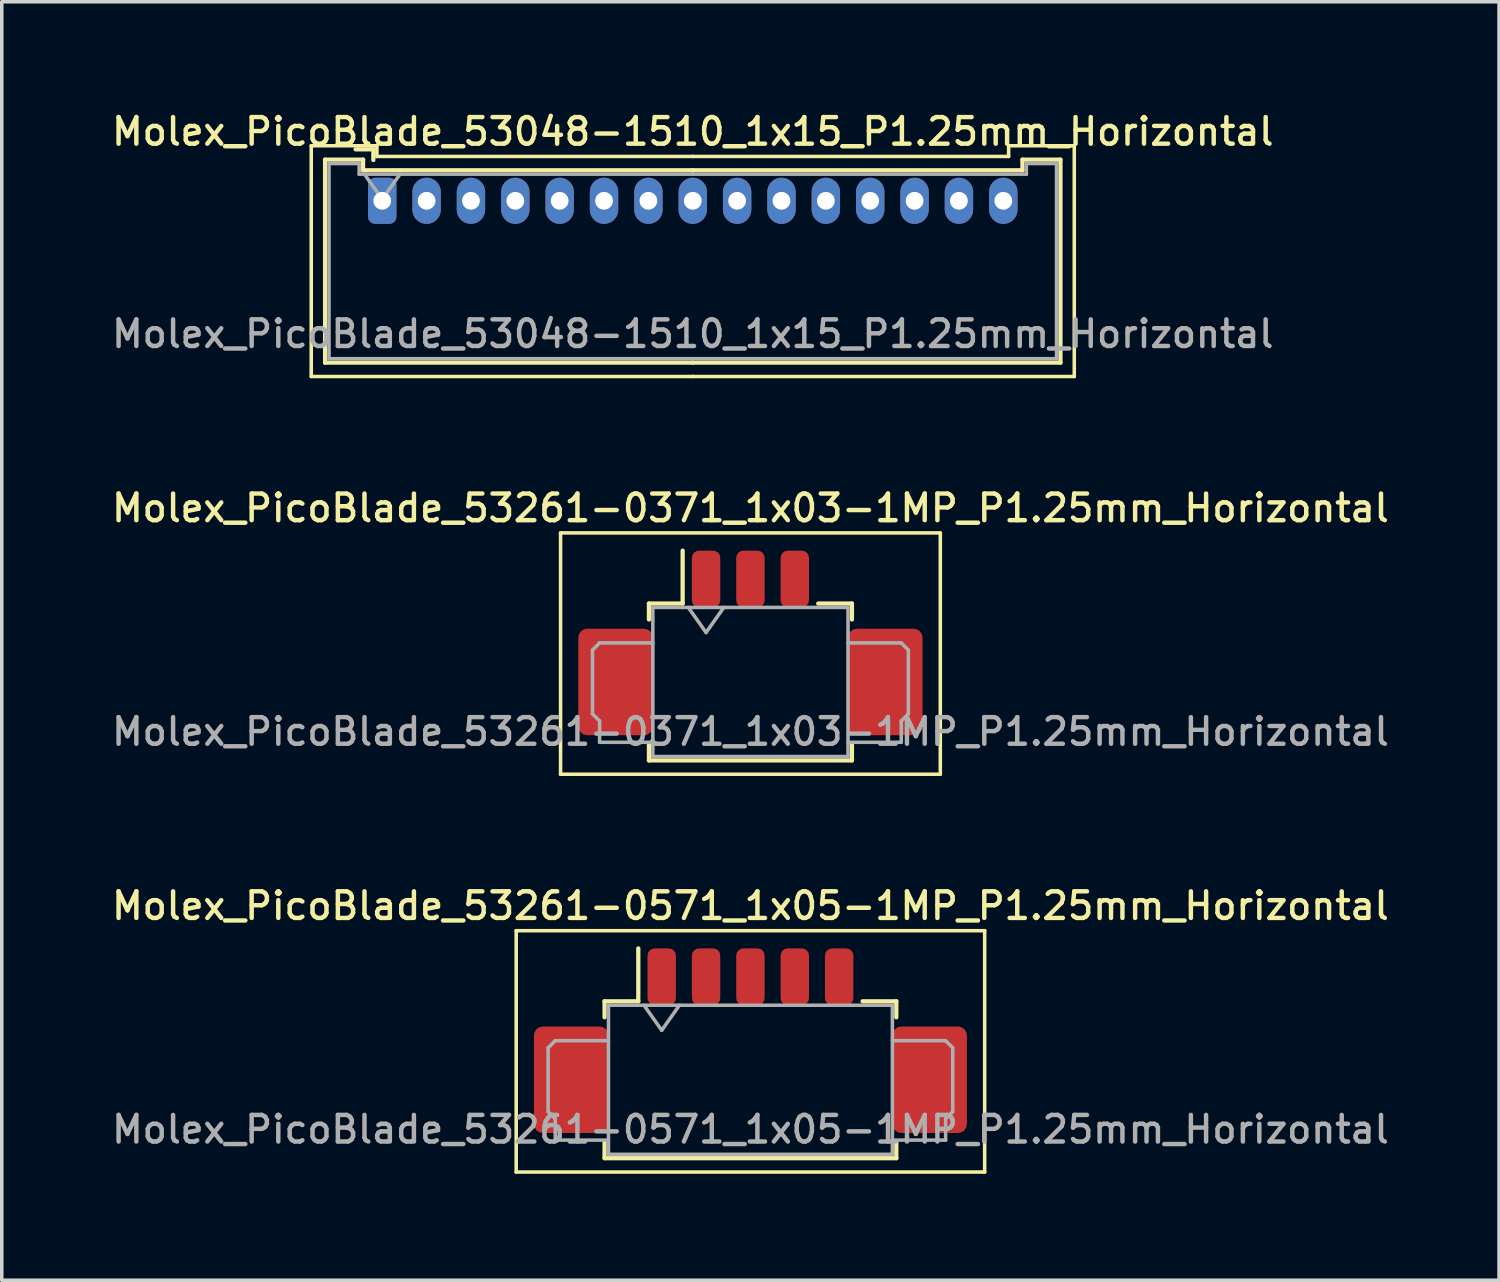
<source format=kicad_pcb>
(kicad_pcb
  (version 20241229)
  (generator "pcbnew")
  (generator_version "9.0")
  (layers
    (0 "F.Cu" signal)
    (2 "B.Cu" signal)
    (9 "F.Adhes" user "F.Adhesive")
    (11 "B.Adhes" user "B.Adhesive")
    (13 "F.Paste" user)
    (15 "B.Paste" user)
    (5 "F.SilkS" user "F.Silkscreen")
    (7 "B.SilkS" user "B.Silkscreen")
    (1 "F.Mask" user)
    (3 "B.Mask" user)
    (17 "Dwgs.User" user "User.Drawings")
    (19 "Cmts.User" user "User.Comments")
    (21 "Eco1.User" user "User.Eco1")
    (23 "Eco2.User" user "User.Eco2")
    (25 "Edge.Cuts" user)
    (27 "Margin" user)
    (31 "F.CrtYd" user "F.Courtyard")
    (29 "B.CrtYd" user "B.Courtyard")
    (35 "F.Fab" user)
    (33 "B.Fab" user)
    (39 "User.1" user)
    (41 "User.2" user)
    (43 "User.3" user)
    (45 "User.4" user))
  (footprint "Molex_PicoBlade_53261-0571_1x05-1MP_P1.25mm_Horizontal"
    (layer "F.Cu")
    (at 18.095 26.874)
    (property "Reference" "Molex_PicoBlade_53261-0571_1x05-1MP_P1.25mm_Horizontal" (at 0 -4.4 0) (layer "F.SilkS") (effects (font (size 0.75 0.75) (thickness 0.125))))
    (attr smd)
    (fp_line (start -6.6 -3.7) (end -6.6 3.1) (stroke (width 0.1) (type solid)) (layer "F.SilkS"))
    (fp_line (start -6.6 3.1) (end 6.6 3.1) (stroke (width 0.1) (type solid)) (layer "F.SilkS"))
    (fp_line (start -4.11 -1.71) (end -3.16 -1.71) (stroke (width 0.12) (type solid)) (layer "F.SilkS"))
    (fp_line (start -4.11 -1.26) (end -4.11 -1.71) (stroke (width 0.12) (type solid)) (layer "F.SilkS"))
    (fp_line (start -4.11 2.26) (end -4.11 2.71) (stroke (width 0.12) (type solid)) (layer "F.SilkS"))
    (fp_line (start -4.11 2.71) (end 4.11 2.71) (stroke (width 0.12) (type solid)) (layer "F.SilkS"))
    (fp_line (start -3.16 -1.71) (end -3.16 -3.2) (stroke (width 0.12) (type solid)) (layer "F.SilkS"))
    (fp_line (start 4.11 -1.71) (end 3.16 -1.71) (stroke (width 0.12) (type solid)) (layer "F.SilkS"))
    (fp_line (start 4.11 -1.26) (end 4.11 -1.71) (stroke (width 0.12) (type solid)) (layer "F.SilkS"))
    (fp_line (start 4.11 2.71) (end 4.11 2.26) (stroke (width 0.12) (type solid)) (layer "F.SilkS"))
    (fp_line (start 6.6 -3.7) (end -6.6 -3.7) (stroke (width 0.1) (type solid)) (layer "F.SilkS"))
    (fp_line (start 6.6 3.1) (end 6.6 -3.7) (stroke (width 0.1) (type solid)) (layer "F.SilkS"))
    (fp_line (start -5.7 -0.4) (end -5.7 1.4) (stroke (width 0.1) (type solid)) (layer "F.Fab"))
    (fp_line (start -5.7 1.4) (end -5.5 1.6) (stroke (width 0.1) (type solid)) (layer "F.Fab"))
    (fp_line (start -5.5 -0.6) (end -5.7 -0.4) (stroke (width 0.1) (type solid)) (layer "F.Fab"))
    (fp_line (start -5.5 1.6) (end -5.5 2.2) (stroke (width 0.1) (type solid)) (layer "F.Fab"))
    (fp_line (start -5.5 2.2) (end -4 2.2) (stroke (width 0.1) (type solid)) (layer "F.Fab"))
    (fp_line (start -4 -1.6) (end -4 2.6) (stroke (width 0.1) (type solid)) (layer "F.Fab"))
    (fp_line (start -4 -1.6) (end 4 -1.6) (stroke (width 0.1) (type solid)) (layer "F.Fab"))
    (fp_line (start -4 -0.6) (end -5.5 -0.6) (stroke (width 0.1) (type solid)) (layer "F.Fab"))
    (fp_line (start -4 2.6) (end 4 2.6) (stroke (width 0.1) (type solid)) (layer "F.Fab"))
    (fp_line (start -3 -1.6) (end -2.5 -0.893) (stroke (width 0.1) (type solid)) (layer "F.Fab"))
    (fp_line (start -2.5 -0.893) (end -2 -1.6) (stroke (width 0.1) (type solid)) (layer "F.Fab"))
    (fp_line (start 4 -1.6) (end 4 2.6) (stroke (width 0.1) (type solid)) (layer "F.Fab"))
    (fp_line (start 4 -0.6) (end 5.5 -0.6) (stroke (width 0.1) (type solid)) (layer "F.Fab"))
    (fp_line (start 5.5 -0.6) (end 5.7 -0.4) (stroke (width 0.1) (type solid)) (layer "F.Fab"))
    (fp_line (start 5.5 1.6) (end 5.5 2.2) (stroke (width 0.1) (type solid)) (layer "F.Fab"))
    (fp_line (start 5.5 2.2) (end 4 2.2) (stroke (width 0.1) (type solid)) (layer "F.Fab"))
    (fp_line (start 5.7 -0.4) (end 5.7 1.4) (stroke (width 0.1) (type solid)) (layer "F.Fab"))
    (fp_line (start 5.7 1.4) (end 5.5 1.6) (stroke (width 0.1) (type solid)) (layer "F.Fab"))
    (fp_text user "${REFERENCE}" (at 0 1.9 0) (layer "F.Fab") (effects (font (size 0.75 0.75) (thickness 0.125))))
    (pad "1" smd roundrect (at -2.5 -2.4) (size 0.8 1.6) (layers "F.Cu" "F.Mask" "F.Paste") (roundrect_rratio 0.25))
    (pad "2" smd roundrect (at -1.25 -2.4) (size 0.8 1.6) (layers "F.Cu" "F.Mask" "F.Paste") (roundrect_rratio 0.25))
    (pad "3" smd roundrect (at 0 -2.4) (size 0.8 1.6) (layers "F.Cu" "F.Mask" "F.Paste") (roundrect_rratio 0.25))
    (pad "4" smd roundrect (at 1.25 -2.4) (size 0.8 1.6) (layers "F.Cu" "F.Mask" "F.Paste") (roundrect_rratio 0.25))
    (pad "5" smd roundrect (at 2.5 -2.4) (size 0.8 1.6) (layers "F.Cu" "F.Mask" "F.Paste") (roundrect_rratio 0.25))
    (pad "MP" smd roundrect (at -5.05 0.5) (size 2.1 3) (layers "F.Cu" "F.Mask" "F.Paste") (roundrect_rratio 0.119))
    (pad "MP" smd roundrect (at 5.05 0.5) (size 2.1 3) (layers "F.Cu" "F.Mask" "F.Paste") (roundrect_rratio 0.119)))
  (footprint "Molex_PicoBlade_53048-1510_1x15_P1.25mm_Horizontal"
    (layer "F.Cu")
    (at 7.72 2.608)
    (property "Reference" "Molex_PicoBlade_53048-1510_1x15_P1.25mm_Horizontal" (at 8.75 -1.95 0) (layer "F.SilkS") (effects (font (size 0.75 0.75) (thickness 0.125))))
    (attr through_hole)
    (fp_line (start -2 -1.55) (end -2 4.95) (stroke (width 0.1) (type solid)) (layer "F.SilkS"))
    (fp_line (start -2 4.95) (end 8.75 4.95) (stroke (width 0.1) (type solid)) (layer "F.SilkS"))
    (fp_line (start -1.61 -1.16) (end -1.61 4.56) (stroke (width 0.12) (type solid)) (layer "F.SilkS"))
    (fp_line (start -1.61 4.56) (end 8.75 4.56) (stroke (width 0.12) (type solid)) (layer "F.SilkS"))
    (fp_line (start -0.54 -1.16) (end -1.61 -1.16) (stroke (width 0.12) (type solid)) (layer "F.SilkS"))
    (fp_line (start -0.54 -0.86) (end -0.54 -1.16) (stroke (width 0.12) (type solid)) (layer "F.SilkS"))
    (fp_line (start -0.25 -1.45) (end -0.75 -1.45) (stroke (width 0.12) (type solid)) (layer "F.SilkS"))
    (fp_line (start -0.25 -1.15) (end -0.25 -1.45) (stroke (width 0.12) (type solid)) (layer "F.SilkS"))
    (fp_line (start -0.15 -1.55) (end -2 -1.55) (stroke (width 0.1) (type solid)) (layer "F.SilkS"))
    (fp_line (start -0.15 -1.25) (end -0.15 -1.55) (stroke (width 0.1) (type solid)) (layer "F.SilkS"))
    (fp_line (start 8.75 -1.25) (end -0.15 -1.25) (stroke (width 0.1) (type solid)) (layer "F.SilkS"))
    (fp_line (start 8.75 -1.25) (end 17.65 -1.25) (stroke (width 0.1) (type solid)) (layer "F.SilkS"))
    (fp_line (start 8.75 -0.86) (end -0.54 -0.86) (stroke (width 0.12) (type solid)) (layer "F.SilkS"))
    (fp_line (start 8.75 -0.86) (end 18.04 -0.86) (stroke (width 0.12) (type solid)) (layer "F.SilkS"))
    (fp_line (start 17.65 -1.55) (end 19.5 -1.55) (stroke (width 0.1) (type solid)) (layer "F.SilkS"))
    (fp_line (start 17.65 -1.25) (end 17.65 -1.55) (stroke (width 0.1) (type solid)) (layer "F.SilkS"))
    (fp_line (start 18.04 -1.16) (end 19.11 -1.16) (stroke (width 0.12) (type solid)) (layer "F.SilkS"))
    (fp_line (start 18.04 -0.86) (end 18.04 -1.16) (stroke (width 0.12) (type solid)) (layer "F.SilkS"))
    (fp_line (start 19.11 -1.16) (end 19.11 4.56) (stroke (width 0.12) (type solid)) (layer "F.SilkS"))
    (fp_line (start 19.11 4.56) (end 8.75 4.56) (stroke (width 0.12) (type solid)) (layer "F.SilkS"))
    (fp_line (start 19.5 -1.55) (end 19.5 4.95) (stroke (width 0.1) (type solid)) (layer "F.SilkS"))
    (fp_line (start 19.5 4.95) (end 8.75 4.95) (stroke (width 0.1) (type solid)) (layer "F.SilkS"))
    (fp_line (start -1.5 -1.05) (end -1.5 4.45) (stroke (width 0.1) (type solid)) (layer "F.Fab"))
    (fp_line (start -1.5 4.45) (end 8.75 4.45) (stroke (width 0.1) (type solid)) (layer "F.Fab"))
    (fp_line (start -0.65 -1.05) (end -1.5 -1.05) (stroke (width 0.1) (type solid)) (layer "F.Fab"))
    (fp_line (start -0.65 -0.75) (end -0.65 -1.05) (stroke (width 0.1) (type solid)) (layer "F.Fab"))
    (fp_line (start -0.5 -0.75) (end 0 -0.043) (stroke (width 0.1) (type solid)) (layer "F.Fab"))
    (fp_line (start 0 -0.043) (end 0.5 -0.75) (stroke (width 0.1) (type solid)) (layer "F.Fab"))
    (fp_line (start 8.75 -0.75) (end -0.65 -0.75) (stroke (width 0.1) (type solid)) (layer "F.Fab"))
    (fp_line (start 8.75 -0.75) (end 18.15 -0.75) (stroke (width 0.1) (type solid)) (layer "F.Fab"))
    (fp_line (start 18.15 -1.05) (end 19 -1.05) (stroke (width 0.1) (type solid)) (layer "F.Fab"))
    (fp_line (start 18.15 -0.75) (end 18.15 -1.05) (stroke (width 0.1) (type solid)) (layer "F.Fab"))
    (fp_line (start 19 -1.05) (end 19 4.45) (stroke (width 0.1) (type solid)) (layer "F.Fab"))
    (fp_line (start 19 4.45) (end 8.75 4.45) (stroke (width 0.1) (type solid)) (layer "F.Fab"))
    (fp_text user "${REFERENCE}" (at 8.75 3.75 0) (layer "F.Fab") (effects (font (size 0.75 0.75) (thickness 0.125))))
    (pad "1" thru_hole roundrect (at 0 0) (size 0.8 1.3) (drill 0.5) (layers "*.Cu" "*.Mask") (roundrect_rratio 0.25))
    (pad "2" thru_hole oval (at 1.25 0) (size 0.8 1.3) (drill 0.5) (layers "*.Cu" "*.Mask"))
    (pad "3" thru_hole oval (at 2.5 0) (size 0.8 1.3) (drill 0.5) (layers "*.Cu" "*.Mask"))
    (pad "4" thru_hole oval (at 3.75 0) (size 0.8 1.3) (drill 0.5) (layers "*.Cu" "*.Mask"))
    (pad "5" thru_hole oval (at 5 0) (size 0.8 1.3) (drill 0.5) (layers "*.Cu" "*.Mask"))
    (pad "6" thru_hole oval (at 6.25 0) (size 0.8 1.3) (drill 0.5) (layers "*.Cu" "*.Mask"))
    (pad "7" thru_hole oval (at 7.5 0) (size 0.8 1.3) (drill 0.5) (layers "*.Cu" "*.Mask"))
    (pad "8" thru_hole oval (at 8.75 0) (size 0.8 1.3) (drill 0.5) (layers "*.Cu" "*.Mask"))
    (pad "9" thru_hole oval (at 10 0) (size 0.8 1.3) (drill 0.5) (layers "*.Cu" "*.Mask"))
    (pad "10" thru_hole oval (at 11.25 0) (size 0.8 1.3) (drill 0.5) (layers "*.Cu" "*.Mask"))
    (pad "11" thru_hole oval (at 12.5 0) (size 0.8 1.3) (drill 0.5) (layers "*.Cu" "*.Mask"))
    (pad "12" thru_hole oval (at 13.75 0) (size 0.8 1.3) (drill 0.5) (layers "*.Cu" "*.Mask"))
    (pad "13" thru_hole oval (at 15 0) (size 0.8 1.3) (drill 0.5) (layers "*.Cu" "*.Mask"))
    (pad "14" thru_hole oval (at 16.25 0) (size 0.8 1.3) (drill 0.5) (layers "*.Cu" "*.Mask"))
    (pad "15" thru_hole oval (at 17.5 0) (size 0.8 1.3) (drill 0.5) (layers "*.Cu" "*.Mask")))
  (footprint "Molex_PicoBlade_53261-0371_1x03-1MP_P1.25mm_Horizontal"
    (layer "F.Cu")
    (at 18.095 15.666)
    (property "Reference" "Molex_PicoBlade_53261-0371_1x03-1MP_P1.25mm_Horizontal" (at 0 -4.4 0) (layer "F.SilkS") (effects (font (size 0.75 0.75) (thickness 0.125))))
    (attr smd)
    (fp_line (start -5.35 -3.7) (end -5.35 3.1) (stroke (width 0.1) (type solid)) (layer "F.SilkS"))
    (fp_line (start -5.35 3.1) (end 5.35 3.1) (stroke (width 0.1) (type solid)) (layer "F.SilkS"))
    (fp_line (start -2.86 -1.71) (end -1.91 -1.71) (stroke (width 0.12) (type solid)) (layer "F.SilkS"))
    (fp_line (start -2.86 -1.26) (end -2.86 -1.71) (stroke (width 0.12) (type solid)) (layer "F.SilkS"))
    (fp_line (start -2.86 2.26) (end -2.86 2.71) (stroke (width 0.12) (type solid)) (layer "F.SilkS"))
    (fp_line (start -2.86 2.71) (end 2.86 2.71) (stroke (width 0.12) (type solid)) (layer "F.SilkS"))
    (fp_line (start -1.91 -1.71) (end -1.91 -3.2) (stroke (width 0.12) (type solid)) (layer "F.SilkS"))
    (fp_line (start 2.86 -1.71) (end 1.91 -1.71) (stroke (width 0.12) (type solid)) (layer "F.SilkS"))
    (fp_line (start 2.86 -1.26) (end 2.86 -1.71) (stroke (width 0.12) (type solid)) (layer "F.SilkS"))
    (fp_line (start 2.86 2.71) (end 2.86 2.26) (stroke (width 0.12) (type solid)) (layer "F.SilkS"))
    (fp_line (start 5.35 -3.7) (end -5.35 -3.7) (stroke (width 0.1) (type solid)) (layer "F.SilkS"))
    (fp_line (start 5.35 3.1) (end 5.35 -3.7) (stroke (width 0.1) (type solid)) (layer "F.SilkS"))
    (fp_line (start -4.45 -0.4) (end -4.45 1.4) (stroke (width 0.1) (type solid)) (layer "F.Fab"))
    (fp_line (start -4.45 1.4) (end -4.25 1.6) (stroke (width 0.1) (type solid)) (layer "F.Fab"))
    (fp_line (start -4.25 -0.6) (end -4.45 -0.4) (stroke (width 0.1) (type solid)) (layer "F.Fab"))
    (fp_line (start -4.25 1.6) (end -4.25 2.2) (stroke (width 0.1) (type solid)) (layer "F.Fab"))
    (fp_line (start -4.25 2.2) (end -2.75 2.2) (stroke (width 0.1) (type solid)) (layer "F.Fab"))
    (fp_line (start -2.75 -1.6) (end -2.75 2.6) (stroke (width 0.1) (type solid)) (layer "F.Fab"))
    (fp_line (start -2.75 -1.6) (end 2.75 -1.6) (stroke (width 0.1) (type solid)) (layer "F.Fab"))
    (fp_line (start -2.75 -0.6) (end -4.25 -0.6) (stroke (width 0.1) (type solid)) (layer "F.Fab"))
    (fp_line (start -2.75 2.6) (end 2.75 2.6) (stroke (width 0.1) (type solid)) (layer "F.Fab"))
    (fp_line (start -1.75 -1.6) (end -1.25 -0.893) (stroke (width 0.1) (type solid)) (layer "F.Fab"))
    (fp_line (start -1.25 -0.893) (end -0.75 -1.6) (stroke (width 0.1) (type solid)) (layer "F.Fab"))
    (fp_line (start 2.75 -1.6) (end 2.75 2.6) (stroke (width 0.1) (type solid)) (layer "F.Fab"))
    (fp_line (start 2.75 -0.6) (end 4.25 -0.6) (stroke (width 0.1) (type solid)) (layer "F.Fab"))
    (fp_line (start 4.25 -0.6) (end 4.45 -0.4) (stroke (width 0.1) (type solid)) (layer "F.Fab"))
    (fp_line (start 4.25 1.6) (end 4.25 2.2) (stroke (width 0.1) (type solid)) (layer "F.Fab"))
    (fp_line (start 4.25 2.2) (end 2.75 2.2) (stroke (width 0.1) (type solid)) (layer "F.Fab"))
    (fp_line (start 4.45 -0.4) (end 4.45 1.4) (stroke (width 0.1) (type solid)) (layer "F.Fab"))
    (fp_line (start 4.45 1.4) (end 4.25 1.6) (stroke (width 0.1) (type solid)) (layer "F.Fab"))
    (fp_text user "${REFERENCE}" (at 0 1.9 0) (layer "F.Fab") (effects (font (size 0.75 0.75) (thickness 0.125))))
    (pad "1" smd roundrect (at -1.25 -2.4) (size 0.8 1.6) (layers "F.Cu" "F.Mask" "F.Paste") (roundrect_rratio 0.25))
    (pad "2" smd roundrect (at 0 -2.4) (size 0.8 1.6) (layers "F.Cu" "F.Mask" "F.Paste") (roundrect_rratio 0.25))
    (pad "3" smd roundrect (at 1.25 -2.4) (size 0.8 1.6) (layers "F.Cu" "F.Mask" "F.Paste") (roundrect_rratio 0.25))
    (pad "MP" smd roundrect (at -3.8 0.5) (size 2.1 3) (layers "F.Cu" "F.Mask" "F.Paste") (roundrect_rratio 0.119))
    (pad "MP" smd roundrect (at 3.8 0.5) (size 2.1 3) (layers "F.Cu" "F.Mask" "F.Paste") (roundrect_rratio 0.119)))
  (gr_rect
    (start -3 -3)
    (end 39.189 33.024)
    (stroke (width 0.1) (type default))
    (fill no)
    (layer "Edge.Cuts")))
</source>
